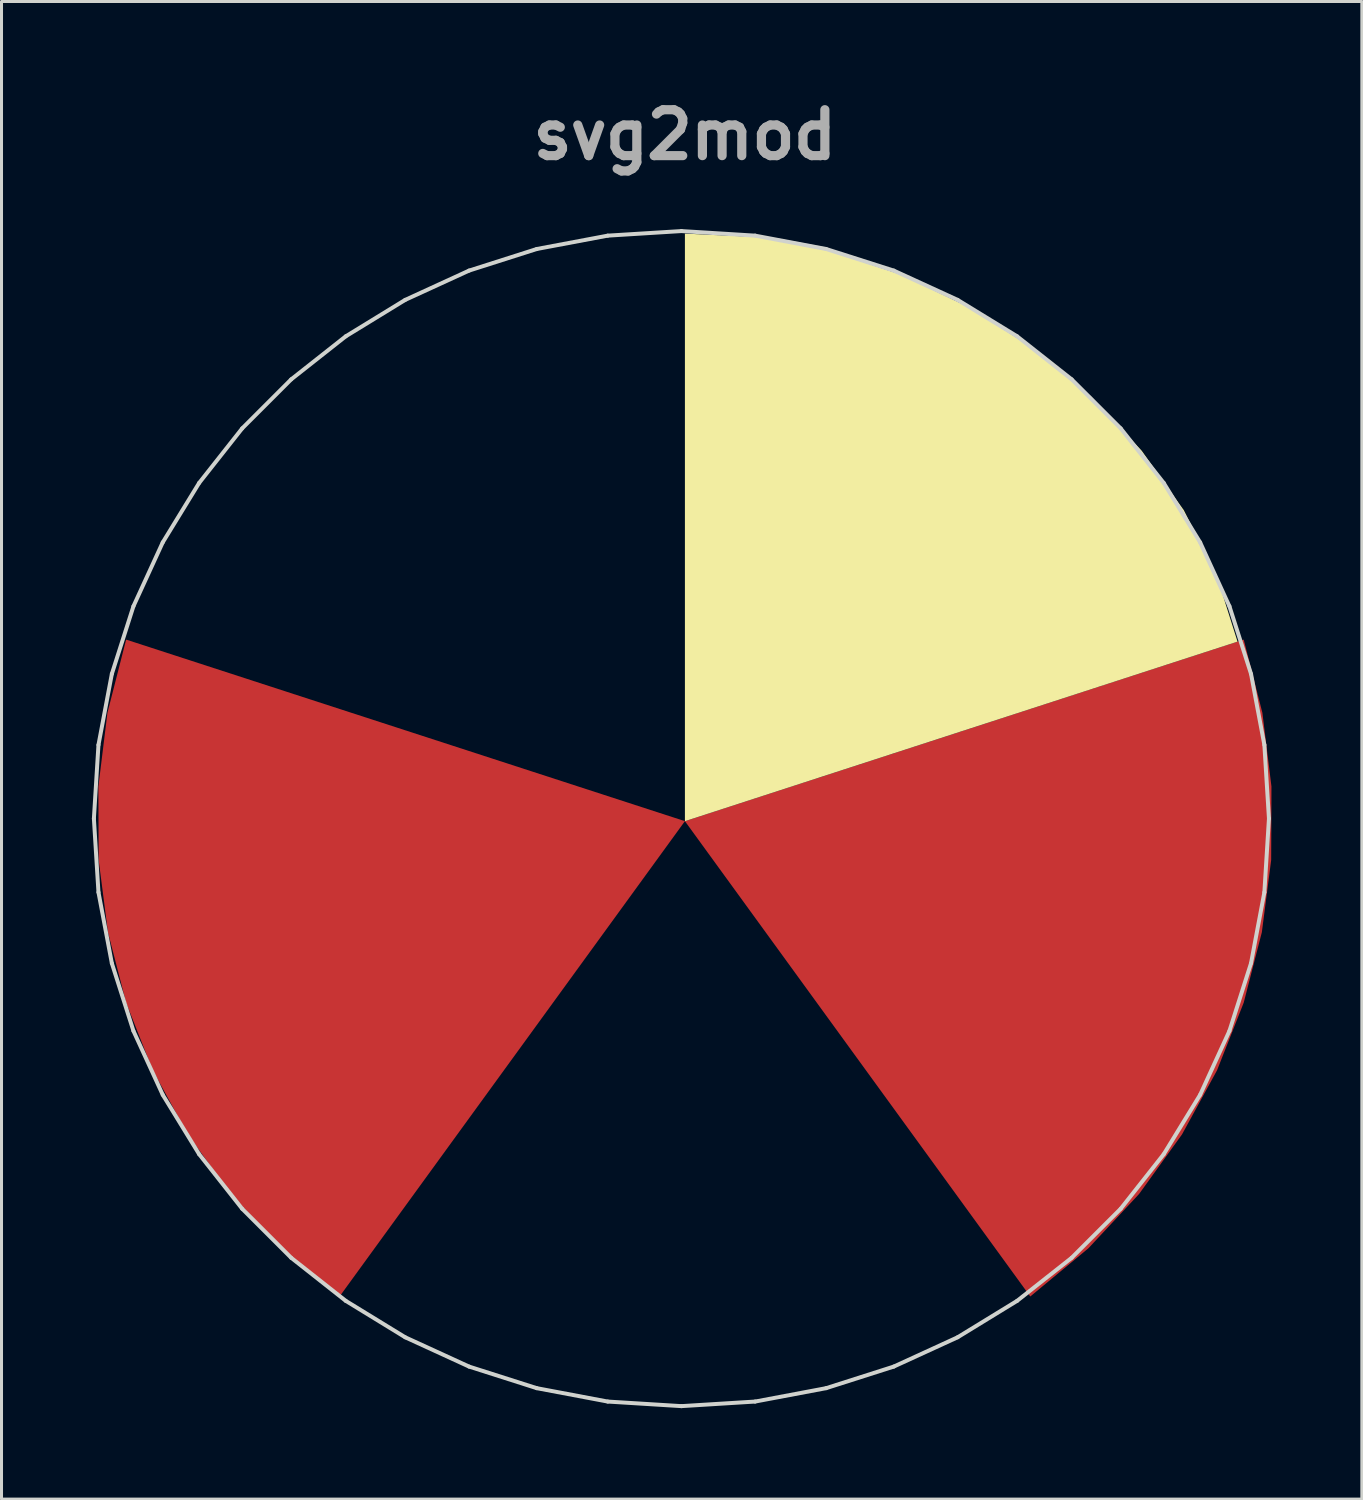
<source format=kicad_pcb>
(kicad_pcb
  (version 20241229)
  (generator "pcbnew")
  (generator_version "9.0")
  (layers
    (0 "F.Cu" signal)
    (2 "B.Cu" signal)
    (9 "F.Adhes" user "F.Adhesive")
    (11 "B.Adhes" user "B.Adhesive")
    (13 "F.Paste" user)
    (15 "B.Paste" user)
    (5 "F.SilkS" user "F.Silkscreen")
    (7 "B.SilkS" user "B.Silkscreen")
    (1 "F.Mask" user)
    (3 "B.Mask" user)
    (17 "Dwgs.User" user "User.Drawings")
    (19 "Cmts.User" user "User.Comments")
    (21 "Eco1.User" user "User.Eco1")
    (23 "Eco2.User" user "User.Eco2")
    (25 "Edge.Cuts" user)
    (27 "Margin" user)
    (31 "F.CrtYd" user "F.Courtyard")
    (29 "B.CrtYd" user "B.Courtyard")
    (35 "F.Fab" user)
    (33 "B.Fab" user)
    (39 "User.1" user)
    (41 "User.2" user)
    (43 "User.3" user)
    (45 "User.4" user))
  (footprint "svg2mod"
    (layer "F.Cu")
    (at 19.682 24.71)
    (property "Reference" "svg2mod" (at 0 -23.284 0) (layer "F.Fab") (effects (font (size 1.524 1.524) (thickness 0.305))))
    (attr smd)
    (fp_poly (pts (xy -11.462 15.27) (xy -13.391 13.67) (xy -15.074 11.867) (xy -16.499 9.889) (xy -17.66 7.765) (xy -18.546 5.52) (xy -19.148 3.183) (xy -19.458 0.782) (xy -19.467 -1.656) (xy -19.166 -4.103) (xy -18.546 -6.532) (xy -0.000007 -0.506) (xy -11.462 15.27)) (stroke (width 0) (type solid)) (fill yes) (layer "F.Cu"))
    (fp_poly (pts (xy 18.546 -6.532) (xy 19.166 -4.103) (xy 19.467 -1.656) (xy 19.458 0.782) (xy 19.148 3.183) (xy 18.546 5.52) (xy 17.66 7.765) (xy 16.499 9.89) (xy 15.074 11.867) (xy 13.391 13.67) (xy 11.462 15.27) (xy -0.000007 -0.506) (xy 18.546 -6.532)) (stroke (width 0) (type solid)) (fill yes) (layer "F.Cu"))
    (fp_poly (pts (xy 11.462 15.27) (xy 9.344 16.611) (xy 7.109 17.653) (xy 4.788 18.398) (xy 2.409 18.845) (xy -0.000001 18.994) (xy -2.409 18.845) (xy -4.788 18.398) (xy -7.109 17.653) (xy -9.344 16.611) (xy -11.462 15.27) (xy 0.000004 -0.506) (xy 11.462 15.27)) (stroke (width 0) (type solid)) (fill yes) (layer "F.Mask"))
    (fp_poly (pts (xy 18.546 -6.532) (xy 19.166 -4.103) (xy 19.467 -1.656) (xy 19.458 0.782) (xy 19.148 3.183) (xy 18.546 5.52) (xy 17.66 7.765) (xy 16.499 9.89) (xy 15.074 11.867) (xy 13.391 13.67) (xy 11.462 15.27) (xy -0.000007 -0.506) (xy 18.546 -6.532)) (stroke (width 0) (type solid)) (fill yes) (layer "F.Mask"))
    (fp_poly (pts (xy -0.000007 -20.006) (xy 2.439 -19.889) (xy 4.86 -19.419) (xy 7.218 -18.625) (xy 9.471 -17.537) (xy 11.574 -16.184) (xy 13.486 -14.596) (xy 15.161 -12.8) (xy 16.558 -10.827) (xy 17.632 -8.706) (xy 18.341 -6.465) (xy 16.048 -5.72) (xy 13.756 -4.975) (xy 11.463 -4.23) (xy 9.17 -3.486) (xy 6.878 -2.741) (xy 4.585 -1.996) (xy 2.293 -1.251) (xy -0.000007 -0.506) (xy -0.000007 -2.943) (xy -0.000007 -5.381) (xy -0.000007 -7.818) (xy -0.000007 -10.256) (xy -0.000007 -12.693) (xy -0.000007 -15.131) (xy -0.000007 -17.568) (xy -0.000007 -20.006)) (stroke (width 0) (type solid)) (fill yes) (layer "F.SilkS"))
    (fp_line (start -19.616 -0.591) (end -19.464 -3.037) (stroke (width 0.132) (type solid)) (layer "Edge.Cuts"))
    (fp_line (start -19.464 -3.037) (end -19.02 -5.393) (stroke (width 0.132) (type solid)) (layer "Edge.Cuts"))
    (fp_line (start -19.464 1.855) (end -19.616 -0.591) (stroke (width 0.132) (type solid)) (layer "Edge.Cuts"))
    (fp_line (start -19.02 -5.393) (end -18.303 -7.639) (stroke (width 0.132) (type solid)) (layer "Edge.Cuts"))
    (fp_line (start -19.02 4.21) (end -19.464 1.855) (stroke (width 0.132) (type solid)) (layer "Edge.Cuts"))
    (fp_line (start -18.303 -7.639) (end -17.331 -9.758) (stroke (width 0.132) (type solid)) (layer "Edge.Cuts"))
    (fp_line (start -18.303 6.457) (end -19.02 4.21) (stroke (width 0.132) (type solid)) (layer "Edge.Cuts"))
    (fp_line (start -17.331 -9.758) (end -16.122 -11.732) (stroke (width 0.132) (type solid)) (layer "Edge.Cuts"))
    (fp_line (start -17.331 8.576) (end -18.303 6.457) (stroke (width 0.132) (type solid)) (layer "Edge.Cuts"))
    (fp_line (start -16.122 -11.732) (end -14.694 -13.542) (stroke (width 0.132) (type solid)) (layer "Edge.Cuts"))
    (fp_line (start -16.122 10.549) (end -17.331 8.576) (stroke (width 0.132) (type solid)) (layer "Edge.Cuts"))
    (fp_line (start -14.694 -13.542) (end -13.066 -15.17) (stroke (width 0.132) (type solid)) (layer "Edge.Cuts"))
    (fp_line (start -14.694 12.359) (end -16.122 10.549) (stroke (width 0.132) (type solid)) (layer "Edge.Cuts"))
    (fp_line (start -13.066 -15.17) (end -11.256 -16.598) (stroke (width 0.132) (type solid)) (layer "Edge.Cuts"))
    (fp_line (start -13.066 13.987) (end -14.694 12.359) (stroke (width 0.132) (type solid)) (layer "Edge.Cuts"))
    (fp_line (start -11.256 -16.598) (end -9.283 -17.807) (stroke (width 0.132) (type solid)) (layer "Edge.Cuts"))
    (fp_line (start -11.256 15.415) (end -13.066 13.987) (stroke (width 0.132) (type solid)) (layer "Edge.Cuts"))
    (fp_line (start -9.283 -17.807) (end -7.164 -18.779) (stroke (width 0.132) (type solid)) (layer "Edge.Cuts"))
    (fp_line (start -9.283 16.624) (end -11.256 15.415) (stroke (width 0.132) (type solid)) (layer "Edge.Cuts"))
    (fp_line (start -7.164 -18.779) (end -4.917 -19.496) (stroke (width 0.132) (type solid)) (layer "Edge.Cuts"))
    (fp_line (start -7.164 17.596) (end -9.283 16.624) (stroke (width 0.132) (type solid)) (layer "Edge.Cuts"))
    (fp_line (start -4.917 -19.496) (end -2.562 -19.939) (stroke (width 0.132) (type solid)) (layer "Edge.Cuts"))
    (fp_line (start -4.917 18.313) (end -7.164 17.596) (stroke (width 0.132) (type solid)) (layer "Edge.Cuts"))
    (fp_line (start -2.562 -19.939) (end -0.116 -20.091) (stroke (width 0.132) (type solid)) (layer "Edge.Cuts"))
    (fp_line (start -2.562 18.757) (end -4.917 18.313) (stroke (width 0.132) (type solid)) (layer "Edge.Cuts"))
    (fp_line (start -0.116 -20.091) (end 2.33 -19.939) (stroke (width 0.132) (type solid)) (layer "Edge.Cuts"))
    (fp_line (start -0.116 18.909) (end -2.562 18.757) (stroke (width 0.132) (type solid)) (layer "Edge.Cuts"))
    (fp_line (start 2.33 -19.939) (end 4.686 -19.496) (stroke (width 0.132) (type solid)) (layer "Edge.Cuts"))
    (fp_line (start 2.33 18.757) (end -0.116 18.909) (stroke (width 0.132) (type solid)) (layer "Edge.Cuts"))
    (fp_line (start 4.686 -19.496) (end 6.932 -18.779) (stroke (width 0.132) (type solid)) (layer "Edge.Cuts"))
    (fp_line (start 4.686 18.313) (end 2.33 18.757) (stroke (width 0.132) (type solid)) (layer "Edge.Cuts"))
    (fp_line (start 6.932 -18.779) (end 9.051 -17.807) (stroke (width 0.132) (type solid)) (layer "Edge.Cuts"))
    (fp_line (start 6.932 17.596) (end 4.686 18.313) (stroke (width 0.132) (type solid)) (layer "Edge.Cuts"))
    (fp_line (start 9.051 -17.807) (end 11.025 -16.598) (stroke (width 0.132) (type solid)) (layer "Edge.Cuts"))
    (fp_line (start 9.051 16.624) (end 6.932 17.596) (stroke (width 0.132) (type solid)) (layer "Edge.Cuts"))
    (fp_line (start 11.025 -16.598) (end 12.835 -15.17) (stroke (width 0.132) (type solid)) (layer "Edge.Cuts"))
    (fp_line (start 11.025 15.415) (end 9.051 16.624) (stroke (width 0.132) (type solid)) (layer "Edge.Cuts"))
    (fp_line (start 12.835 -15.17) (end 14.463 -13.542) (stroke (width 0.132) (type solid)) (layer "Edge.Cuts"))
    (fp_line (start 12.835 13.987) (end 11.025 15.415) (stroke (width 0.132) (type solid)) (layer "Edge.Cuts"))
    (fp_line (start 14.463 -13.542) (end 15.891 -11.732) (stroke (width 0.132) (type solid)) (layer "Edge.Cuts"))
    (fp_line (start 14.463 12.359) (end 12.835 13.987) (stroke (width 0.132) (type solid)) (layer "Edge.Cuts"))
    (fp_line (start 15.891 -11.732) (end 17.1 -9.758) (stroke (width 0.132) (type solid)) (layer "Edge.Cuts"))
    (fp_line (start 15.891 10.549) (end 14.463 12.359) (stroke (width 0.132) (type solid)) (layer "Edge.Cuts"))
    (fp_line (start 17.1 -9.758) (end 18.072 -7.639) (stroke (width 0.132) (type solid)) (layer "Edge.Cuts"))
    (fp_line (start 17.1 8.576) (end 15.891 10.549) (stroke (width 0.132) (type solid)) (layer "Edge.Cuts"))
    (fp_line (start 18.072 -7.639) (end 18.789 -5.393) (stroke (width 0.132) (type solid)) (layer "Edge.Cuts"))
    (fp_line (start 18.072 6.457) (end 17.1 8.576) (stroke (width 0.132) (type solid)) (layer "Edge.Cuts"))
    (fp_line (start 18.789 -5.393) (end 19.232 -3.037) (stroke (width 0.132) (type solid)) (layer "Edge.Cuts"))
    (fp_line (start 18.789 4.21) (end 18.072 6.457) (stroke (width 0.132) (type solid)) (layer "Edge.Cuts"))
    (fp_line (start 19.232 -3.037) (end 19.384 -0.591) (stroke (width 0.132) (type solid)) (layer "Edge.Cuts"))
    (fp_line (start 19.232 1.855) (end 18.789 4.21) (stroke (width 0.132) (type solid)) (layer "Edge.Cuts"))
    (fp_line (start 19.384 -0.591) (end 19.232 1.855) (stroke (width 0.132) (type solid)) (layer "Edge.Cuts")))
  (gr_rect
    (start -3 -3)
    (end 42.149 46.704)
    (stroke (width 0.1) (type default))
    (fill no)
    (layer "Edge.Cuts")))
</source>
